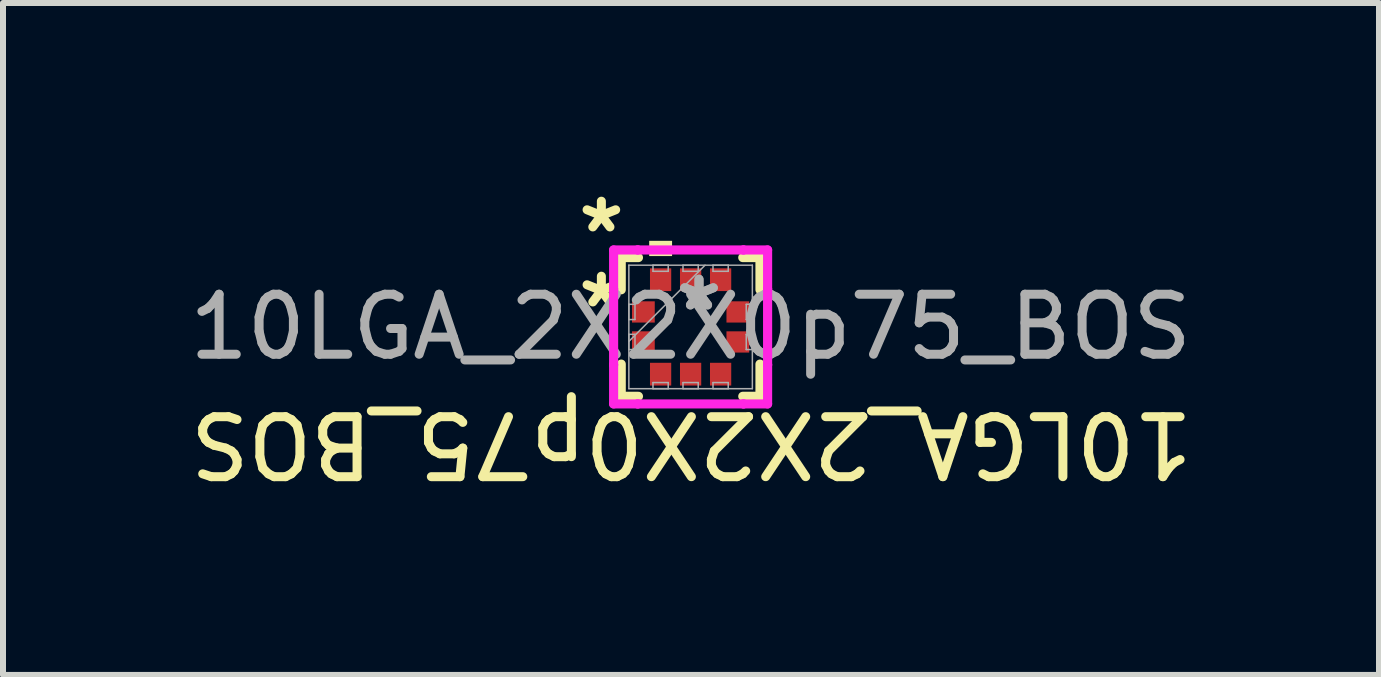
<source format=kicad_pcb>
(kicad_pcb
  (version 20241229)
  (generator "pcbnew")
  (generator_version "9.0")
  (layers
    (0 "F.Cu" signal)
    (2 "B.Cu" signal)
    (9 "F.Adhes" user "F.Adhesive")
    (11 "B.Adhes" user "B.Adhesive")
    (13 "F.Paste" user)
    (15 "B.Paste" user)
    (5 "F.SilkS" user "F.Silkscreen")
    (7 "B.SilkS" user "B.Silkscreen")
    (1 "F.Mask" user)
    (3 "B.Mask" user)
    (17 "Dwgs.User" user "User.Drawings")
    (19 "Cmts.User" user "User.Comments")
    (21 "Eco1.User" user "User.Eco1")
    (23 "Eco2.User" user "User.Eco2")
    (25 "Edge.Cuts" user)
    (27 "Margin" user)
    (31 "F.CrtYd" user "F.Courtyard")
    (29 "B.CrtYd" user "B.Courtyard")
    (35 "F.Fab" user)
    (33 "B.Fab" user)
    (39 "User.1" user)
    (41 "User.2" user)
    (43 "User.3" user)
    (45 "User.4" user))
  (footprint "10LGA_2X2X0p75_BOS"
    (layer "F.Cu")
    (at 8.458 2.398)
    (property "Reference" "10LGA_2X2X0p75_BOS" (at 0.013 1.95 180) (unlocked yes) (layer "F.SilkS") (effects (font (size 1 1) (thickness 0.15))))
    (attr smd)
    (fp_line (start -1.156 -1.156) (end -1.156 -0.619) (stroke (width 0.152) (type solid)) (layer "F.SilkS"))
    (fp_line (start -1.156 0.619) (end -1.156 1.156) (stroke (width 0.152) (type solid)) (layer "F.SilkS"))
    (fp_line (start -1.156 1.156) (end -0.869 1.156) (stroke (width 0.152) (type solid)) (layer "F.SilkS"))
    (fp_line (start -0.869 -1.156) (end -1.156 -1.156) (stroke (width 0.152) (type solid)) (layer "F.SilkS"))
    (fp_line (start 0.869 1.156) (end 1.156 1.156) (stroke (width 0.152) (type solid)) (layer "F.SilkS"))
    (fp_line (start 1.156 -1.156) (end 0.869 -1.156) (stroke (width 0.152) (type solid)) (layer "F.SilkS"))
    (fp_line (start 1.156 -0.619) (end 1.156 -1.156) (stroke (width 0.152) (type solid)) (layer "F.SilkS"))
    (fp_line (start 1.156 1.156) (end 1.156 0.619) (stroke (width 0.152) (type solid)) (layer "F.SilkS"))
    (fp_poly (pts (xy -0.69 -1.181) (xy -0.69 -1.435) (xy -0.309 -1.435) (xy -0.309 -1.181)) (stroke (width 0) (type solid)) (fill yes) (layer "F.SilkS"))
    (fp_line (start -1.283 -1.283) (end -0.881 -1.283) (stroke (width 0.152) (type solid)) (layer "F.CrtYd"))
    (fp_line (start -1.283 -0.631) (end -1.283 -1.283) (stroke (width 0.152) (type solid)) (layer "F.CrtYd"))
    (fp_line (start -1.283 -0.631) (end -1.283 -0.631) (stroke (width 0.152) (type solid)) (layer "F.CrtYd"))
    (fp_line (start -1.283 0.631) (end -1.283 -0.631) (stroke (width 0.152) (type solid)) (layer "F.CrtYd"))
    (fp_line (start -1.283 0.631) (end -1.283 0.631) (stroke (width 0.152) (type solid)) (layer "F.CrtYd"))
    (fp_line (start -1.283 1.283) (end -1.283 0.631) (stroke (width 0.152) (type solid)) (layer "F.CrtYd"))
    (fp_line (start -0.881 -1.283) (end -0.881 -1.283) (stroke (width 0.152) (type solid)) (layer "F.CrtYd"))
    (fp_line (start -0.881 -1.283) (end 0.881 -1.283) (stroke (width 0.152) (type solid)) (layer "F.CrtYd"))
    (fp_line (start -0.881 1.283) (end -1.283 1.283) (stroke (width 0.152) (type solid)) (layer "F.CrtYd"))
    (fp_line (start -0.881 1.283) (end -0.881 1.283) (stroke (width 0.152) (type solid)) (layer "F.CrtYd"))
    (fp_line (start 0.881 -1.283) (end 0.881 -1.283) (stroke (width 0.152) (type solid)) (layer "F.CrtYd"))
    (fp_line (start 0.881 -1.283) (end 1.283 -1.283) (stroke (width 0.152) (type solid)) (layer "F.CrtYd"))
    (fp_line (start 0.881 1.283) (end -0.881 1.283) (stroke (width 0.152) (type solid)) (layer "F.CrtYd"))
    (fp_line (start 0.881 1.283) (end 0.881 1.283) (stroke (width 0.152) (type solid)) (layer "F.CrtYd"))
    (fp_line (start 1.283 -1.283) (end 1.283 -0.631) (stroke (width 0.152) (type solid)) (layer "F.CrtYd"))
    (fp_line (start 1.283 -0.631) (end 1.283 -0.631) (stroke (width 0.152) (type solid)) (layer "F.CrtYd"))
    (fp_line (start 1.283 -0.631) (end 1.283 0.631) (stroke (width 0.152) (type solid)) (layer "F.CrtYd"))
    (fp_line (start 1.283 0.631) (end 1.283 0.631) (stroke (width 0.152) (type solid)) (layer "F.CrtYd"))
    (fp_line (start 1.283 0.631) (end 1.283 1.283) (stroke (width 0.152) (type solid)) (layer "F.CrtYd"))
    (fp_line (start 1.283 1.283) (end 0.881 1.283) (stroke (width 0.152) (type solid)) (layer "F.CrtYd"))
    (fp_line (start -1.029 -1.029) (end -1.029 1.029) (stroke (width 0.025) (type solid)) (layer "F.Fab"))
    (fp_line (start -1.029 -0.377) (end -0.927 -0.377) (stroke (width 0.025) (type solid)) (layer "F.Fab"))
    (fp_line (start -1.029 -0.123) (end -1.029 -0.377) (stroke (width 0.025) (type solid)) (layer "F.Fab"))
    (fp_line (start -1.029 0.123) (end -0.927 0.123) (stroke (width 0.025) (type solid)) (layer "F.Fab"))
    (fp_line (start -1.029 0.241) (end 0.241 -1.029) (stroke (width 0.025) (type solid)) (layer "F.Fab"))
    (fp_line (start -1.029 0.377) (end -1.029 0.123) (stroke (width 0.025) (type solid)) (layer "F.Fab"))
    (fp_line (start -1.029 1.029) (end 1.029 1.029) (stroke (width 0.025) (type solid)) (layer "F.Fab"))
    (fp_line (start -0.927 -0.377) (end -0.927 -0.123) (stroke (width 0.025) (type solid)) (layer "F.Fab"))
    (fp_line (start -0.927 -0.123) (end -1.029 -0.123) (stroke (width 0.025) (type solid)) (layer "F.Fab"))
    (fp_line (start -0.927 0.123) (end -0.927 0.377) (stroke (width 0.025) (type solid)) (layer "F.Fab"))
    (fp_line (start -0.927 0.377) (end -1.029 0.377) (stroke (width 0.025) (type solid)) (layer "F.Fab"))
    (fp_line (start -0.627 -1.029) (end -0.373 -1.029) (stroke (width 0.025) (type solid)) (layer "F.Fab"))
    (fp_line (start -0.627 -0.927) (end -0.627 -1.029) (stroke (width 0.025) (type solid)) (layer "F.Fab"))
    (fp_line (start -0.627 0.927) (end -0.373 0.927) (stroke (width 0.025) (type solid)) (layer "F.Fab"))
    (fp_line (start -0.627 1.029) (end -0.627 0.927) (stroke (width 0.025) (type solid)) (layer "F.Fab"))
    (fp_line (start -0.373 -1.029) (end -0.373 -0.927) (stroke (width 0.025) (type solid)) (layer "F.Fab"))
    (fp_line (start -0.373 -0.927) (end -0.627 -0.927) (stroke (width 0.025) (type solid)) (layer "F.Fab"))
    (fp_line (start -0.373 0.927) (end -0.373 1.029) (stroke (width 0.025) (type solid)) (layer "F.Fab"))
    (fp_line (start -0.373 1.029) (end -0.627 1.029) (stroke (width 0.025) (type solid)) (layer "F.Fab"))
    (fp_line (start -0.127 -1.029) (end 0.127 -1.029) (stroke (width 0.025) (type solid)) (layer "F.Fab"))
    (fp_line (start -0.127 -0.927) (end -0.127 -1.029) (stroke (width 0.025) (type solid)) (layer "F.Fab"))
    (fp_line (start -0.127 0.927) (end 0.127 0.927) (stroke (width 0.025) (type solid)) (layer "F.Fab"))
    (fp_line (start -0.127 1.029) (end -0.127 0.927) (stroke (width 0.025) (type solid)) (layer "F.Fab"))
    (fp_line (start 0.127 -1.029) (end 0.127 -0.927) (stroke (width 0.025) (type solid)) (layer "F.Fab"))
    (fp_line (start 0.127 -0.927) (end -0.127 -0.927) (stroke (width 0.025) (type solid)) (layer "F.Fab"))
    (fp_line (start 0.127 0.927) (end 0.127 1.029) (stroke (width 0.025) (type solid)) (layer "F.Fab"))
    (fp_line (start 0.127 1.029) (end -0.127 1.029) (stroke (width 0.025) (type solid)) (layer "F.Fab"))
    (fp_line (start 0.373 -1.029) (end 0.627 -1.029) (stroke (width 0.025) (type solid)) (layer "F.Fab"))
    (fp_line (start 0.373 -0.927) (end 0.373 -1.029) (stroke (width 0.025) (type solid)) (layer "F.Fab"))
    (fp_line (start 0.373 0.927) (end 0.627 0.927) (stroke (width 0.025) (type solid)) (layer "F.Fab"))
    (fp_line (start 0.373 1.029) (end 0.373 0.927) (stroke (width 0.025) (type solid)) (layer "F.Fab"))
    (fp_line (start 0.627 -1.029) (end 0.627 -0.927) (stroke (width 0.025) (type solid)) (layer "F.Fab"))
    (fp_line (start 0.627 -0.927) (end 0.373 -0.927) (stroke (width 0.025) (type solid)) (layer "F.Fab"))
    (fp_line (start 0.627 0.927) (end 0.627 1.029) (stroke (width 0.025) (type solid)) (layer "F.Fab"))
    (fp_line (start 0.627 1.029) (end 0.373 1.029) (stroke (width 0.025) (type solid)) (layer "F.Fab"))
    (fp_line (start 0.927 -0.377) (end 1.029 -0.377) (stroke (width 0.025) (type solid)) (layer "F.Fab"))
    (fp_line (start 0.927 -0.123) (end 0.927 -0.377) (stroke (width 0.025) (type solid)) (layer "F.Fab"))
    (fp_line (start 0.927 0.123) (end 1.029 0.123) (stroke (width 0.025) (type solid)) (layer "F.Fab"))
    (fp_line (start 0.927 0.377) (end 0.927 0.123) (stroke (width 0.025) (type solid)) (layer "F.Fab"))
    (fp_line (start 1.029 -1.029) (end -1.029 -1.029) (stroke (width 0.025) (type solid)) (layer "F.Fab"))
    (fp_line (start 1.029 -0.377) (end 1.029 -0.123) (stroke (width 0.025) (type solid)) (layer "F.Fab"))
    (fp_line (start 1.029 -0.123) (end 0.927 -0.123) (stroke (width 0.025) (type solid)) (layer "F.Fab"))
    (fp_line (start 1.029 0.123) (end 1.029 0.377) (stroke (width 0.025) (type solid)) (layer "F.Fab"))
    (fp_line (start 1.029 0.377) (end 0.927 0.377) (stroke (width 0.025) (type solid)) (layer "F.Fab"))
    (fp_line (start 1.029 1.029) (end 1.029 -1.029) (stroke (width 0.025) (type solid)) (layer "F.Fab"))
    (fp_text user "*" (at -1.487 -0.3 0) (unlocked yes) (layer "F.SilkS") (effects (font (size 1 1) (thickness 0.15))))
    (fp_text user "*" (at -1.487 -1.55 180) (layer "F.SilkS") (effects (font (size 1 1) (thickness 0.15))))
    (fp_text user "*" (at 0.14 -0.25 180) (layer "F.Fab") (effects (font (size 1 1) (thickness 0.15))))
    (fp_text user "*" (at 0.14 -0.25 0) (unlocked yes) (layer "F.Fab") (effects (font (size 1 1) (thickness 0.15))))
    (fp_text user "${REFERENCE}" (at 0 0 0) (unlocked yes) (layer "F.Fab") (effects (font (size 1 1) (thickness 0.15))))
    (pad "1" smd rect (at -0.787 -0.25 90) (size 0.354 0.379) (layers "F.Cu" "F.Mask" "F.Paste"))
    (pad "2" smd rect (at -0.787 0.25 90) (size 0.354 0.379) (layers "F.Cu" "F.Mask" "F.Paste"))
    (pad "3" smd rect (at -0.5 0.787) (size 0.354 0.379) (layers "F.Cu" "F.Mask" "F.Paste"))
    (pad "4" smd rect (at 0 0.787) (size 0.354 0.379) (layers "F.Cu" "F.Mask" "F.Paste"))
    (pad "5" smd rect (at 0.5 0.787) (size 0.354 0.379) (layers "F.Cu" "F.Mask" "F.Paste"))
    (pad "6" smd rect (at 0.787 0.25 90) (size 0.354 0.379) (layers "F.Cu" "F.Mask" "F.Paste"))
    (pad "7" smd rect (at 0.787 -0.25 90) (size 0.354 0.379) (layers "F.Cu" "F.Mask" "F.Paste"))
    (pad "8" smd rect (at 0.5 -0.787) (size 0.354 0.379) (layers "F.Cu" "F.Mask" "F.Paste"))
    (pad "9" smd rect (at 0 -0.787) (size 0.354 0.379) (layers "F.Cu" "F.Mask" "F.Paste"))
    (pad "10" smd rect (at -0.5 -0.787) (size 0.354 0.379) (layers "F.Cu" "F.Mask" "F.Paste")))
  (gr_rect
    (start -3 -3)
    (end 19.929 8.197)
    (stroke (width 0.1) (type default))
    (fill no)
    (layer "Edge.Cuts")))
</source>
